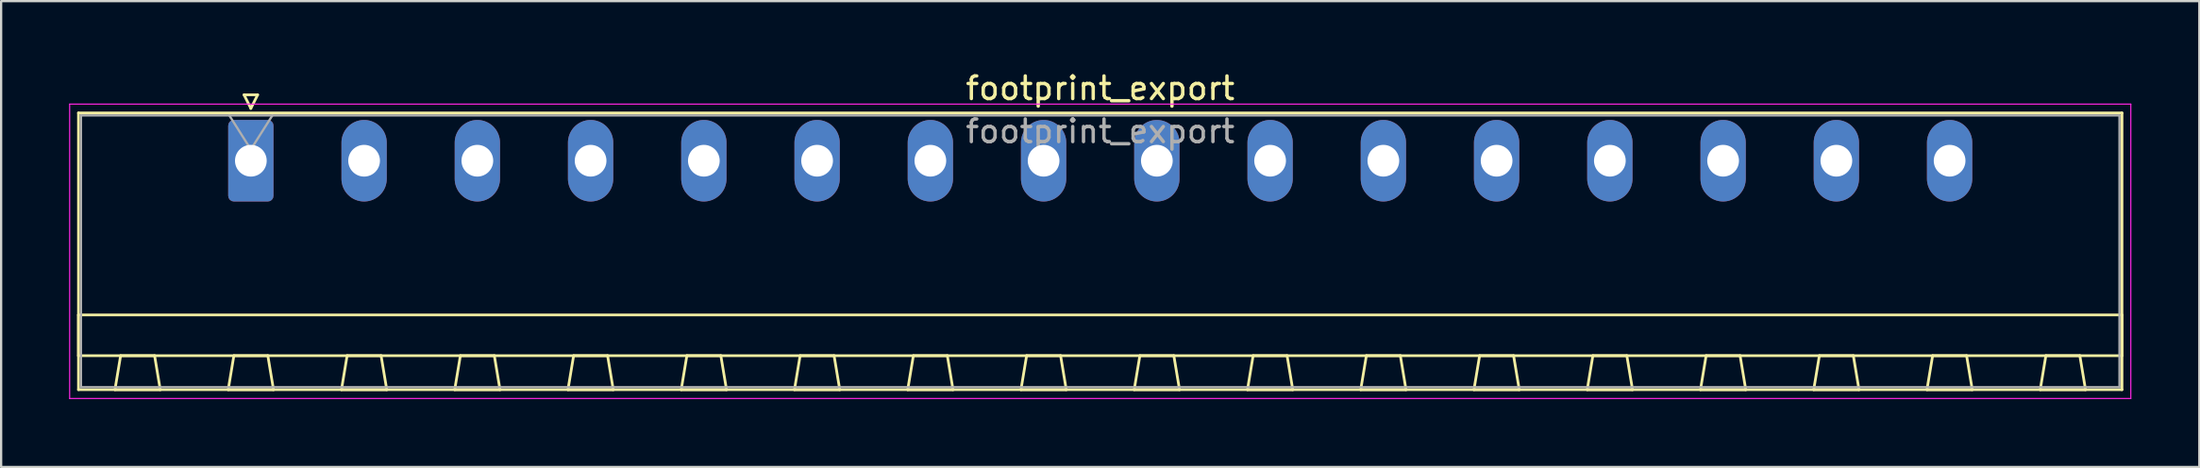
<source format=kicad_pcb>
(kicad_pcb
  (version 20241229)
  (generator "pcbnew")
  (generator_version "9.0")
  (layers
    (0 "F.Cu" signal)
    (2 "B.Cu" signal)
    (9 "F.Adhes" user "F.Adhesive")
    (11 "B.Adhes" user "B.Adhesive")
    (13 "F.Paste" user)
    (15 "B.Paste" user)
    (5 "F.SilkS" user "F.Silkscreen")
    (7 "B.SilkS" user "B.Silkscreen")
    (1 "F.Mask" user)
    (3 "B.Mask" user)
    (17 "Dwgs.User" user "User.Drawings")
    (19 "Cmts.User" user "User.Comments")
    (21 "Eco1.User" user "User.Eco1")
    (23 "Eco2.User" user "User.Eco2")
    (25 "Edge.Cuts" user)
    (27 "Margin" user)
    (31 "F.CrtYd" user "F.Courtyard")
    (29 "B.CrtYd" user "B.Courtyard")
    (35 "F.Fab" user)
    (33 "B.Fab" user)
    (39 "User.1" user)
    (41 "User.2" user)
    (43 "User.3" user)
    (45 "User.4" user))
  (footprint "footprint_export"
    (layer "F.Cu")
    (at 8.025 4.048)
    (property "Reference" "footprint_export" (at 37.5 -3.2 0) (layer "F.SilkS") (effects (font (size 1 1) (thickness 0.15))))
    (attr through_hole)
    (fp_line (start -7.61 -2.11) (end -7.61 10.11) (stroke (width 0.12) (type solid)) (layer "F.SilkS"))
    (fp_line (start -7.61 6.81) (end 82.61 6.81) (stroke (width 0.12) (type solid)) (layer "F.SilkS"))
    (fp_line (start -7.61 8.61) (end -7.61 6.81) (stroke (width 0.12) (type solid)) (layer "F.SilkS"))
    (fp_line (start -7.61 10.11) (end 82.61 10.11) (stroke (width 0.12) (type solid)) (layer "F.SilkS"))
    (fp_line (start -6 10.11) (end -4 10.11) (stroke (width 0.12) (type solid)) (layer "F.SilkS"))
    (fp_line (start -5.75 8.61) (end -6 10.11) (stroke (width 0.12) (type solid)) (layer "F.SilkS"))
    (fp_line (start -4.25 8.61) (end -5.75 8.61) (stroke (width 0.12) (type solid)) (layer "F.SilkS"))
    (fp_line (start -4 10.11) (end -4.25 8.61) (stroke (width 0.12) (type solid)) (layer "F.SilkS"))
    (fp_line (start -1 10.11) (end 1 10.11) (stroke (width 0.12) (type solid)) (layer "F.SilkS"))
    (fp_line (start -0.75 8.61) (end -1 10.11) (stroke (width 0.12) (type solid)) (layer "F.SilkS"))
    (fp_line (start -0.3 -2.91) (end 0.3 -2.91) (stroke (width 0.12) (type solid)) (layer "F.SilkS"))
    (fp_line (start 0 -2.31) (end -0.3 -2.91) (stroke (width 0.12) (type solid)) (layer "F.SilkS"))
    (fp_line (start 0.3 -2.91) (end 0 -2.31) (stroke (width 0.12) (type solid)) (layer "F.SilkS"))
    (fp_line (start 0.75 8.61) (end -0.75 8.61) (stroke (width 0.12) (type solid)) (layer "F.SilkS"))
    (fp_line (start 1 10.11) (end 0.75 8.61) (stroke (width 0.12) (type solid)) (layer "F.SilkS"))
    (fp_line (start 4 10.11) (end 6 10.11) (stroke (width 0.12) (type solid)) (layer "F.SilkS"))
    (fp_line (start 4.25 8.61) (end 4 10.11) (stroke (width 0.12) (type solid)) (layer "F.SilkS"))
    (fp_line (start 5.75 8.61) (end 4.25 8.61) (stroke (width 0.12) (type solid)) (layer "F.SilkS"))
    (fp_line (start 6 10.11) (end 5.75 8.61) (stroke (width 0.12) (type solid)) (layer "F.SilkS"))
    (fp_line (start 9 10.11) (end 11 10.11) (stroke (width 0.12) (type solid)) (layer "F.SilkS"))
    (fp_line (start 9.25 8.61) (end 9 10.11) (stroke (width 0.12) (type solid)) (layer "F.SilkS"))
    (fp_line (start 10.75 8.61) (end 9.25 8.61) (stroke (width 0.12) (type solid)) (layer "F.SilkS"))
    (fp_line (start 11 10.11) (end 10.75 8.61) (stroke (width 0.12) (type solid)) (layer "F.SilkS"))
    (fp_line (start 14 10.11) (end 16 10.11) (stroke (width 0.12) (type solid)) (layer "F.SilkS"))
    (fp_line (start 14.25 8.61) (end 14 10.11) (stroke (width 0.12) (type solid)) (layer "F.SilkS"))
    (fp_line (start 15.75 8.61) (end 14.25 8.61) (stroke (width 0.12) (type solid)) (layer "F.SilkS"))
    (fp_line (start 16 10.11) (end 15.75 8.61) (stroke (width 0.12) (type solid)) (layer "F.SilkS"))
    (fp_line (start 19 10.11) (end 21 10.11) (stroke (width 0.12) (type solid)) (layer "F.SilkS"))
    (fp_line (start 19.25 8.61) (end 19 10.11) (stroke (width 0.12) (type solid)) (layer "F.SilkS"))
    (fp_line (start 20.75 8.61) (end 19.25 8.61) (stroke (width 0.12) (type solid)) (layer "F.SilkS"))
    (fp_line (start 21 10.11) (end 20.75 8.61) (stroke (width 0.12) (type solid)) (layer "F.SilkS"))
    (fp_line (start 24 10.11) (end 26 10.11) (stroke (width 0.12) (type solid)) (layer "F.SilkS"))
    (fp_line (start 24.25 8.61) (end 24 10.11) (stroke (width 0.12) (type solid)) (layer "F.SilkS"))
    (fp_line (start 25.75 8.61) (end 24.25 8.61) (stroke (width 0.12) (type solid)) (layer "F.SilkS"))
    (fp_line (start 26 10.11) (end 25.75 8.61) (stroke (width 0.12) (type solid)) (layer "F.SilkS"))
    (fp_line (start 29 10.11) (end 31 10.11) (stroke (width 0.12) (type solid)) (layer "F.SilkS"))
    (fp_line (start 29.25 8.61) (end 29 10.11) (stroke (width 0.12) (type solid)) (layer "F.SilkS"))
    (fp_line (start 30.75 8.61) (end 29.25 8.61) (stroke (width 0.12) (type solid)) (layer "F.SilkS"))
    (fp_line (start 31 10.11) (end 30.75 8.61) (stroke (width 0.12) (type solid)) (layer "F.SilkS"))
    (fp_line (start 34 10.11) (end 36 10.11) (stroke (width 0.12) (type solid)) (layer "F.SilkS"))
    (fp_line (start 34.25 8.61) (end 34 10.11) (stroke (width 0.12) (type solid)) (layer "F.SilkS"))
    (fp_line (start 35.75 8.61) (end 34.25 8.61) (stroke (width 0.12) (type solid)) (layer "F.SilkS"))
    (fp_line (start 36 10.11) (end 35.75 8.61) (stroke (width 0.12) (type solid)) (layer "F.SilkS"))
    (fp_line (start 39 10.11) (end 41 10.11) (stroke (width 0.12) (type solid)) (layer "F.SilkS"))
    (fp_line (start 39.25 8.61) (end 39 10.11) (stroke (width 0.12) (type solid)) (layer "F.SilkS"))
    (fp_line (start 40.75 8.61) (end 39.25 8.61) (stroke (width 0.12) (type solid)) (layer "F.SilkS"))
    (fp_line (start 41 10.11) (end 40.75 8.61) (stroke (width 0.12) (type solid)) (layer "F.SilkS"))
    (fp_line (start 44 10.11) (end 46 10.11) (stroke (width 0.12) (type solid)) (layer "F.SilkS"))
    (fp_line (start 44.25 8.61) (end 44 10.11) (stroke (width 0.12) (type solid)) (layer "F.SilkS"))
    (fp_line (start 45.75 8.61) (end 44.25 8.61) (stroke (width 0.12) (type solid)) (layer "F.SilkS"))
    (fp_line (start 46 10.11) (end 45.75 8.61) (stroke (width 0.12) (type solid)) (layer "F.SilkS"))
    (fp_line (start 49 10.11) (end 51 10.11) (stroke (width 0.12) (type solid)) (layer "F.SilkS"))
    (fp_line (start 49.25 8.61) (end 49 10.11) (stroke (width 0.12) (type solid)) (layer "F.SilkS"))
    (fp_line (start 50.75 8.61) (end 49.25 8.61) (stroke (width 0.12) (type solid)) (layer "F.SilkS"))
    (fp_line (start 51 10.11) (end 50.75 8.61) (stroke (width 0.12) (type solid)) (layer "F.SilkS"))
    (fp_line (start 54 10.11) (end 56 10.11) (stroke (width 0.12) (type solid)) (layer "F.SilkS"))
    (fp_line (start 54.25 8.61) (end 54 10.11) (stroke (width 0.12) (type solid)) (layer "F.SilkS"))
    (fp_line (start 55.75 8.61) (end 54.25 8.61) (stroke (width 0.12) (type solid)) (layer "F.SilkS"))
    (fp_line (start 56 10.11) (end 55.75 8.61) (stroke (width 0.12) (type solid)) (layer "F.SilkS"))
    (fp_line (start 59 10.11) (end 61 10.11) (stroke (width 0.12) (type solid)) (layer "F.SilkS"))
    (fp_line (start 59.25 8.61) (end 59 10.11) (stroke (width 0.12) (type solid)) (layer "F.SilkS"))
    (fp_line (start 60.75 8.61) (end 59.25 8.61) (stroke (width 0.12) (type solid)) (layer "F.SilkS"))
    (fp_line (start 61 10.11) (end 60.75 8.61) (stroke (width 0.12) (type solid)) (layer "F.SilkS"))
    (fp_line (start 64 10.11) (end 66 10.11) (stroke (width 0.12) (type solid)) (layer "F.SilkS"))
    (fp_line (start 64.25 8.61) (end 64 10.11) (stroke (width 0.12) (type solid)) (layer "F.SilkS"))
    (fp_line (start 65.75 8.61) (end 64.25 8.61) (stroke (width 0.12) (type solid)) (layer "F.SilkS"))
    (fp_line (start 66 10.11) (end 65.75 8.61) (stroke (width 0.12) (type solid)) (layer "F.SilkS"))
    (fp_line (start 69 10.11) (end 71 10.11) (stroke (width 0.12) (type solid)) (layer "F.SilkS"))
    (fp_line (start 69.25 8.61) (end 69 10.11) (stroke (width 0.12) (type solid)) (layer "F.SilkS"))
    (fp_line (start 70.75 8.61) (end 69.25 8.61) (stroke (width 0.12) (type solid)) (layer "F.SilkS"))
    (fp_line (start 71 10.11) (end 70.75 8.61) (stroke (width 0.12) (type solid)) (layer "F.SilkS"))
    (fp_line (start 74 10.11) (end 76 10.11) (stroke (width 0.12) (type solid)) (layer "F.SilkS"))
    (fp_line (start 74.25 8.61) (end 74 10.11) (stroke (width 0.12) (type solid)) (layer "F.SilkS"))
    (fp_line (start 75.75 8.61) (end 74.25 8.61) (stroke (width 0.12) (type solid)) (layer "F.SilkS"))
    (fp_line (start 76 10.11) (end 75.75 8.61) (stroke (width 0.12) (type solid)) (layer "F.SilkS"))
    (fp_line (start 79 10.11) (end 81 10.11) (stroke (width 0.12) (type solid)) (layer "F.SilkS"))
    (fp_line (start 79.25 8.61) (end 79 10.11) (stroke (width 0.12) (type solid)) (layer "F.SilkS"))
    (fp_line (start 80.75 8.61) (end 79.25 8.61) (stroke (width 0.12) (type solid)) (layer "F.SilkS"))
    (fp_line (start 81 10.11) (end 80.75 8.61) (stroke (width 0.12) (type solid)) (layer "F.SilkS"))
    (fp_line (start 82.61 -2.11) (end -7.61 -2.11) (stroke (width 0.12) (type solid)) (layer "F.SilkS"))
    (fp_line (start 82.61 6.81) (end 82.61 8.61) (stroke (width 0.12) (type solid)) (layer "F.SilkS"))
    (fp_line (start 82.61 8.61) (end -7.61 8.61) (stroke (width 0.12) (type solid)) (layer "F.SilkS"))
    (fp_line (start 82.61 10.11) (end 82.61 -2.11) (stroke (width 0.12) (type solid)) (layer "F.SilkS"))
    (fp_line (start -8 -2.5) (end -8 10.5) (stroke (width 0.05) (type solid)) (layer "F.CrtYd"))
    (fp_line (start -8 10.5) (end 83 10.5) (stroke (width 0.05) (type solid)) (layer "F.CrtYd"))
    (fp_line (start 83 -2.5) (end -8 -2.5) (stroke (width 0.05) (type solid)) (layer "F.CrtYd"))
    (fp_line (start 83 10.5) (end 83 -2.5) (stroke (width 0.05) (type solid)) (layer "F.CrtYd"))
    (fp_line (start -7.5 -2) (end -7.5 10) (stroke (width 0.1) (type solid)) (layer "F.Fab"))
    (fp_line (start -7.5 10) (end 82.5 10) (stroke (width 0.1) (type solid)) (layer "F.Fab"))
    (fp_line (start 0 -0.5) (end -0.95 -2) (stroke (width 0.1) (type solid)) (layer "F.Fab"))
    (fp_line (start 0.95 -2) (end 0 -0.5) (stroke (width 0.1) (type solid)) (layer "F.Fab"))
    (fp_line (start 82.5 -2) (end -7.5 -2) (stroke (width 0.1) (type solid)) (layer "F.Fab"))
    (fp_line (start 82.5 10) (end 82.5 -2) (stroke (width 0.1) (type solid)) (layer "F.Fab"))
    (fp_text user "${REFERENCE}" (at 37.5 -1.3 0) (layer "F.Fab") (effects (font (size 1 1) (thickness 0.15))))
    (pad "1" thru_hole roundrect (at 0 0) (size 2 3.6) (drill 1.4) (layers "*.Cu" "*.Mask") (roundrect_rratio 0.125))
    (pad "2" thru_hole oval (at 5 0) (size 2 3.6) (drill 1.4) (layers "*.Cu" "*.Mask"))
    (pad "3" thru_hole oval (at 10 0) (size 2 3.6) (drill 1.4) (layers "*.Cu" "*.Mask"))
    (pad "4" thru_hole oval (at 15 0) (size 2 3.6) (drill 1.4) (layers "*.Cu" "*.Mask"))
    (pad "5" thru_hole oval (at 20 0) (size 2 3.6) (drill 1.4) (layers "*.Cu" "*.Mask"))
    (pad "6" thru_hole oval (at 25 0) (size 2 3.6) (drill 1.4) (layers "*.Cu" "*.Mask"))
    (pad "7" thru_hole oval (at 30 0) (size 2 3.6) (drill 1.4) (layers "*.Cu" "*.Mask"))
    (pad "8" thru_hole oval (at 35 0) (size 2 3.6) (drill 1.4) (layers "*.Cu" "*.Mask"))
    (pad "9" thru_hole oval (at 40 0) (size 2 3.6) (drill 1.4) (layers "*.Cu" "*.Mask"))
    (pad "10" thru_hole oval (at 45 0) (size 2 3.6) (drill 1.4) (layers "*.Cu" "*.Mask"))
    (pad "11" thru_hole oval (at 50 0) (size 2 3.6) (drill 1.4) (layers "*.Cu" "*.Mask"))
    (pad "12" thru_hole oval (at 55 0) (size 2 3.6) (drill 1.4) (layers "*.Cu" "*.Mask"))
    (pad "13" thru_hole oval (at 60 0) (size 2 3.6) (drill 1.4) (layers "*.Cu" "*.Mask"))
    (pad "14" thru_hole oval (at 65 0) (size 2 3.6) (drill 1.4) (layers "*.Cu" "*.Mask"))
    (pad "15" thru_hole oval (at 70 0) (size 2 3.6) (drill 1.4) (layers "*.Cu" "*.Mask"))
    (pad "16" thru_hole oval (at 75 0) (size 2 3.6) (drill 1.4) (layers "*.Cu" "*.Mask")))
  (gr_rect
    (start -3 -3)
    (end 94.05 17.573)
    (stroke (width 0.1) (type default))
    (fill no)
    (layer "Edge.Cuts")))
</source>
